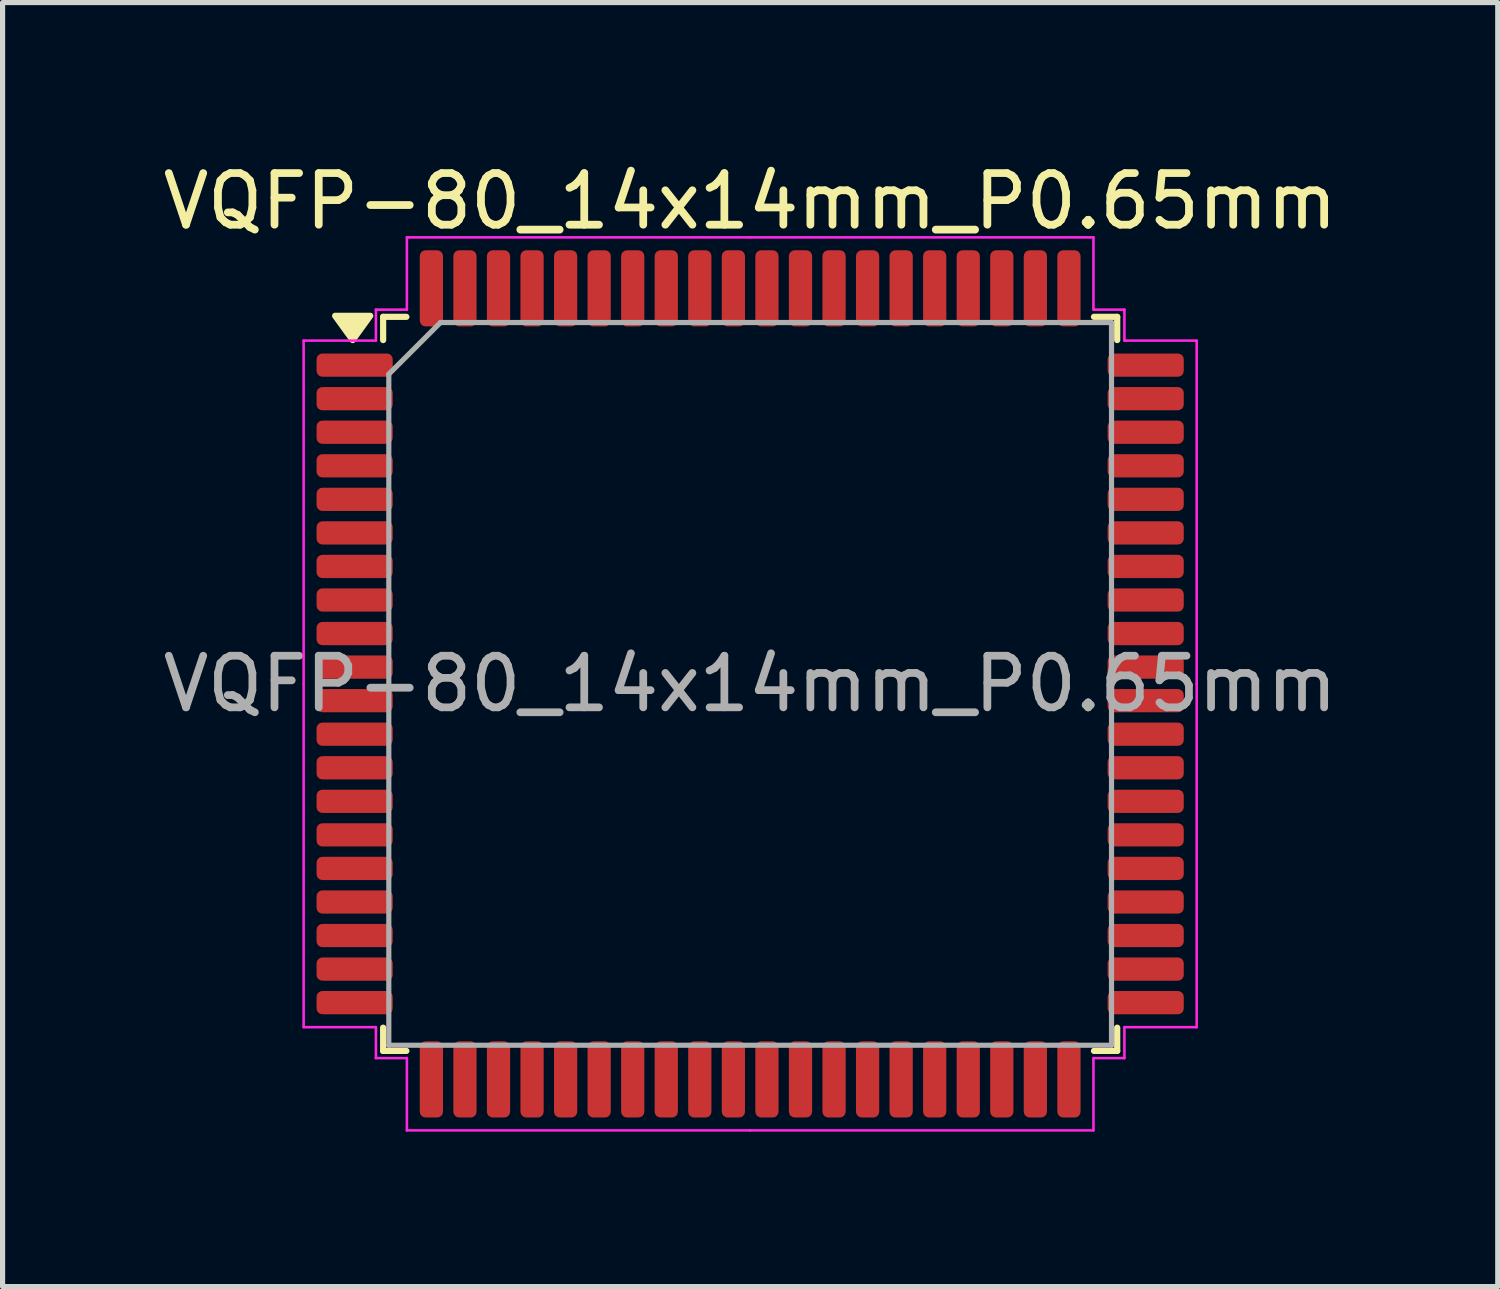
<source format=kicad_pcb>
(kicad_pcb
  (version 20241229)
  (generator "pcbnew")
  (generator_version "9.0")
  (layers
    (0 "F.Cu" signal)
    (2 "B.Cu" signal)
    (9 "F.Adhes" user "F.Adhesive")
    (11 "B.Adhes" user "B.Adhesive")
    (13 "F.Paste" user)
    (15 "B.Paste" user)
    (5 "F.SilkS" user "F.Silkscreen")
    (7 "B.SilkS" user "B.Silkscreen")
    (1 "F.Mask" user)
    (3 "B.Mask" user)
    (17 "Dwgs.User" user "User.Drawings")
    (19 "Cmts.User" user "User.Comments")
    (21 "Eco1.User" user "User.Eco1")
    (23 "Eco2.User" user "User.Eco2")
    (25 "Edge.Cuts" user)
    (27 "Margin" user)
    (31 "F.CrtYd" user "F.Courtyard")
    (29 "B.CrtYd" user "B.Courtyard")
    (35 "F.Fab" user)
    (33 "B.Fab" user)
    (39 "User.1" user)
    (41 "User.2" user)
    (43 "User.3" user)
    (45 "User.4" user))
  (footprint "VQFP-80_14x14mm_P0.65mm"
    (layer "F.Cu")
    (at 11.482 10.198)
    (property "Reference" "VQFP-80_14x14mm_P0.65mm" (at 0 -9.35 0) (layer "F.SilkS") (effects (font (size 1 1) (thickness 0.15))))
    (attr smd)
    (fp_line (start -7.11 -7.11) (end -7.11 -6.66) (stroke (width 0.12) (type solid)) (layer "F.SilkS"))
    (fp_line (start -7.11 7.11) (end -7.11 6.66) (stroke (width 0.12) (type solid)) (layer "F.SilkS"))
    (fp_line (start -6.66 -7.11) (end -7.11 -7.11) (stroke (width 0.12) (type solid)) (layer "F.SilkS"))
    (fp_line (start -6.66 7.11) (end -7.11 7.11) (stroke (width 0.12) (type solid)) (layer "F.SilkS"))
    (fp_line (start 6.66 -7.11) (end 7.11 -7.11) (stroke (width 0.12) (type solid)) (layer "F.SilkS"))
    (fp_line (start 6.66 7.11) (end 7.11 7.11) (stroke (width 0.12) (type solid)) (layer "F.SilkS"))
    (fp_line (start 7.11 -7.11) (end 7.11 -6.66) (stroke (width 0.12) (type solid)) (layer "F.SilkS"))
    (fp_line (start 7.11 7.11) (end 7.11 6.66) (stroke (width 0.12) (type solid)) (layer "F.SilkS"))
    (fp_poly (pts (xy -7.7 -6.66) (xy -8.04 -7.13) (xy -7.36 -7.13) (xy -7.7 -6.66)) (stroke (width 0.12) (type solid)) (fill yes) (layer "F.SilkS"))
    (fp_line (start -8.65 -6.65) (end -8.65 0) (stroke (width 0.05) (type solid)) (layer "F.CrtYd"))
    (fp_line (start -8.65 6.65) (end -8.65 0) (stroke (width 0.05) (type solid)) (layer "F.CrtYd"))
    (fp_line (start -7.25 -7.25) (end -7.25 -6.65) (stroke (width 0.05) (type solid)) (layer "F.CrtYd"))
    (fp_line (start -7.25 -6.65) (end -8.65 -6.65) (stroke (width 0.05) (type solid)) (layer "F.CrtYd"))
    (fp_line (start -7.25 6.65) (end -8.65 6.65) (stroke (width 0.05) (type solid)) (layer "F.CrtYd"))
    (fp_line (start -7.25 7.25) (end -7.25 6.65) (stroke (width 0.05) (type solid)) (layer "F.CrtYd"))
    (fp_line (start -6.65 -8.65) (end -6.65 -7.25) (stroke (width 0.05) (type solid)) (layer "F.CrtYd"))
    (fp_line (start -6.65 -7.25) (end -7.25 -7.25) (stroke (width 0.05) (type solid)) (layer "F.CrtYd"))
    (fp_line (start -6.65 7.25) (end -7.25 7.25) (stroke (width 0.05) (type solid)) (layer "F.CrtYd"))
    (fp_line (start -6.65 8.65) (end -6.65 7.25) (stroke (width 0.05) (type solid)) (layer "F.CrtYd"))
    (fp_line (start 0 -8.65) (end -6.65 -8.65) (stroke (width 0.05) (type solid)) (layer "F.CrtYd"))
    (fp_line (start 0 -8.65) (end 6.65 -8.65) (stroke (width 0.05) (type solid)) (layer "F.CrtYd"))
    (fp_line (start 0 8.65) (end -6.65 8.65) (stroke (width 0.05) (type solid)) (layer "F.CrtYd"))
    (fp_line (start 0 8.65) (end 6.65 8.65) (stroke (width 0.05) (type solid)) (layer "F.CrtYd"))
    (fp_line (start 6.65 -8.65) (end 6.65 -7.25) (stroke (width 0.05) (type solid)) (layer "F.CrtYd"))
    (fp_line (start 6.65 -7.25) (end 7.25 -7.25) (stroke (width 0.05) (type solid)) (layer "F.CrtYd"))
    (fp_line (start 6.65 7.25) (end 7.25 7.25) (stroke (width 0.05) (type solid)) (layer "F.CrtYd"))
    (fp_line (start 6.65 8.65) (end 6.65 7.25) (stroke (width 0.05) (type solid)) (layer "F.CrtYd"))
    (fp_line (start 7.25 -7.25) (end 7.25 -6.65) (stroke (width 0.05) (type solid)) (layer "F.CrtYd"))
    (fp_line (start 7.25 -6.65) (end 8.65 -6.65) (stroke (width 0.05) (type solid)) (layer "F.CrtYd"))
    (fp_line (start 7.25 6.65) (end 8.65 6.65) (stroke (width 0.05) (type solid)) (layer "F.CrtYd"))
    (fp_line (start 7.25 7.25) (end 7.25 6.65) (stroke (width 0.05) (type solid)) (layer "F.CrtYd"))
    (fp_line (start 8.65 -6.65) (end 8.65 0) (stroke (width 0.05) (type solid)) (layer "F.CrtYd"))
    (fp_line (start 8.65 6.65) (end 8.65 0) (stroke (width 0.05) (type solid)) (layer "F.CrtYd"))
    (fp_line (start -7 -6) (end -6 -7) (stroke (width 0.1) (type solid)) (layer "F.Fab"))
    (fp_line (start -7 7) (end -7 -6) (stroke (width 0.1) (type solid)) (layer "F.Fab"))
    (fp_line (start -6 -7) (end 7 -7) (stroke (width 0.1) (type solid)) (layer "F.Fab"))
    (fp_line (start 7 -7) (end 7 7) (stroke (width 0.1) (type solid)) (layer "F.Fab"))
    (fp_line (start 7 7) (end -7 7) (stroke (width 0.1) (type solid)) (layer "F.Fab"))
    (fp_text user "${REFERENCE}" (at 0 0 0) (layer "F.Fab") (effects (font (size 1 1) (thickness 0.15))))
    (pad "1" smd roundrect (at -7.662 -6.175) (size 1.475 0.45) (layers "F.Cu" "F.Mask" "F.Paste") (roundrect_rratio 0.25))
    (pad "2" smd roundrect (at -7.662 -5.525) (size 1.475 0.45) (layers "F.Cu" "F.Mask" "F.Paste") (roundrect_rratio 0.25))
    (pad "3" smd roundrect (at -7.662 -4.875) (size 1.475 0.45) (layers "F.Cu" "F.Mask" "F.Paste") (roundrect_rratio 0.25))
    (pad "4" smd roundrect (at -7.662 -4.225) (size 1.475 0.45) (layers "F.Cu" "F.Mask" "F.Paste") (roundrect_rratio 0.25))
    (pad "5" smd roundrect (at -7.662 -3.575) (size 1.475 0.45) (layers "F.Cu" "F.Mask" "F.Paste") (roundrect_rratio 0.25))
    (pad "6" smd roundrect (at -7.662 -2.925) (size 1.475 0.45) (layers "F.Cu" "F.Mask" "F.Paste") (roundrect_rratio 0.25))
    (pad "7" smd roundrect (at -7.662 -2.275) (size 1.475 0.45) (layers "F.Cu" "F.Mask" "F.Paste") (roundrect_rratio 0.25))
    (pad "8" smd roundrect (at -7.662 -1.625) (size 1.475 0.45) (layers "F.Cu" "F.Mask" "F.Paste") (roundrect_rratio 0.25))
    (pad "9" smd roundrect (at -7.662 -0.975) (size 1.475 0.45) (layers "F.Cu" "F.Mask" "F.Paste") (roundrect_rratio 0.25))
    (pad "10" smd roundrect (at -7.662 -0.325) (size 1.475 0.45) (layers "F.Cu" "F.Mask" "F.Paste") (roundrect_rratio 0.25))
    (pad "11" smd roundrect (at -7.662 0.325) (size 1.475 0.45) (layers "F.Cu" "F.Mask" "F.Paste") (roundrect_rratio 0.25))
    (pad "12" smd roundrect (at -7.662 0.975) (size 1.475 0.45) (layers "F.Cu" "F.Mask" "F.Paste") (roundrect_rratio 0.25))
    (pad "13" smd roundrect (at -7.662 1.625) (size 1.475 0.45) (layers "F.Cu" "F.Mask" "F.Paste") (roundrect_rratio 0.25))
    (pad "14" smd roundrect (at -7.662 2.275) (size 1.475 0.45) (layers "F.Cu" "F.Mask" "F.Paste") (roundrect_rratio 0.25))
    (pad "15" smd roundrect (at -7.662 2.925) (size 1.475 0.45) (layers "F.Cu" "F.Mask" "F.Paste") (roundrect_rratio 0.25))
    (pad "16" smd roundrect (at -7.662 3.575) (size 1.475 0.45) (layers "F.Cu" "F.Mask" "F.Paste") (roundrect_rratio 0.25))
    (pad "17" smd roundrect (at -7.662 4.225) (size 1.475 0.45) (layers "F.Cu" "F.Mask" "F.Paste") (roundrect_rratio 0.25))
    (pad "18" smd roundrect (at -7.662 4.875) (size 1.475 0.45) (layers "F.Cu" "F.Mask" "F.Paste") (roundrect_rratio 0.25))
    (pad "19" smd roundrect (at -7.662 5.525) (size 1.475 0.45) (layers "F.Cu" "F.Mask" "F.Paste") (roundrect_rratio 0.25))
    (pad "20" smd roundrect (at -7.662 6.175) (size 1.475 0.45) (layers "F.Cu" "F.Mask" "F.Paste") (roundrect_rratio 0.25))
    (pad "21" smd roundrect (at -6.175 7.662) (size 0.45 1.475) (layers "F.Cu" "F.Mask" "F.Paste") (roundrect_rratio 0.25))
    (pad "22" smd roundrect (at -5.525 7.662) (size 0.45 1.475) (layers "F.Cu" "F.Mask" "F.Paste") (roundrect_rratio 0.25))
    (pad "23" smd roundrect (at -4.875 7.662) (size 0.45 1.475) (layers "F.Cu" "F.Mask" "F.Paste") (roundrect_rratio 0.25))
    (pad "24" smd roundrect (at -4.225 7.662) (size 0.45 1.475) (layers "F.Cu" "F.Mask" "F.Paste") (roundrect_rratio 0.25))
    (pad "25" smd roundrect (at -3.575 7.662) (size 0.45 1.475) (layers "F.Cu" "F.Mask" "F.Paste") (roundrect_rratio 0.25))
    (pad "26" smd roundrect (at -2.925 7.662) (size 0.45 1.475) (layers "F.Cu" "F.Mask" "F.Paste") (roundrect_rratio 0.25))
    (pad "27" smd roundrect (at -2.275 7.662) (size 0.45 1.475) (layers "F.Cu" "F.Mask" "F.Paste") (roundrect_rratio 0.25))
    (pad "28" smd roundrect (at -1.625 7.662) (size 0.45 1.475) (layers "F.Cu" "F.Mask" "F.Paste") (roundrect_rratio 0.25))
    (pad "29" smd roundrect (at -0.975 7.662) (size 0.45 1.475) (layers "F.Cu" "F.Mask" "F.Paste") (roundrect_rratio 0.25))
    (pad "30" smd roundrect (at -0.325 7.662) (size 0.45 1.475) (layers "F.Cu" "F.Mask" "F.Paste") (roundrect_rratio 0.25))
    (pad "31" smd roundrect (at 0.325 7.662) (size 0.45 1.475) (layers "F.Cu" "F.Mask" "F.Paste") (roundrect_rratio 0.25))
    (pad "32" smd roundrect (at 0.975 7.662) (size 0.45 1.475) (layers "F.Cu" "F.Mask" "F.Paste") (roundrect_rratio 0.25))
    (pad "33" smd roundrect (at 1.625 7.662) (size 0.45 1.475) (layers "F.Cu" "F.Mask" "F.Paste") (roundrect_rratio 0.25))
    (pad "34" smd roundrect (at 2.275 7.662) (size 0.45 1.475) (layers "F.Cu" "F.Mask" "F.Paste") (roundrect_rratio 0.25))
    (pad "35" smd roundrect (at 2.925 7.662) (size 0.45 1.475) (layers "F.Cu" "F.Mask" "F.Paste") (roundrect_rratio 0.25))
    (pad "36" smd roundrect (at 3.575 7.662) (size 0.45 1.475) (layers "F.Cu" "F.Mask" "F.Paste") (roundrect_rratio 0.25))
    (pad "37" smd roundrect (at 4.225 7.662) (size 0.45 1.475) (layers "F.Cu" "F.Mask" "F.Paste") (roundrect_rratio 0.25))
    (pad "38" smd roundrect (at 4.875 7.662) (size 0.45 1.475) (layers "F.Cu" "F.Mask" "F.Paste") (roundrect_rratio 0.25))
    (pad "39" smd roundrect (at 5.525 7.662) (size 0.45 1.475) (layers "F.Cu" "F.Mask" "F.Paste") (roundrect_rratio 0.25))
    (pad "40" smd roundrect (at 6.175 7.662) (size 0.45 1.475) (layers "F.Cu" "F.Mask" "F.Paste") (roundrect_rratio 0.25))
    (pad "41" smd roundrect (at 7.662 6.175) (size 1.475 0.45) (layers "F.Cu" "F.Mask" "F.Paste") (roundrect_rratio 0.25))
    (pad "42" smd roundrect (at 7.662 5.525) (size 1.475 0.45) (layers "F.Cu" "F.Mask" "F.Paste") (roundrect_rratio 0.25))
    (pad "43" smd roundrect (at 7.662 4.875) (size 1.475 0.45) (layers "F.Cu" "F.Mask" "F.Paste") (roundrect_rratio 0.25))
    (pad "44" smd roundrect (at 7.662 4.225) (size 1.475 0.45) (layers "F.Cu" "F.Mask" "F.Paste") (roundrect_rratio 0.25))
    (pad "45" smd roundrect (at 7.662 3.575) (size 1.475 0.45) (layers "F.Cu" "F.Mask" "F.Paste") (roundrect_rratio 0.25))
    (pad "46" smd roundrect (at 7.662 2.925) (size 1.475 0.45) (layers "F.Cu" "F.Mask" "F.Paste") (roundrect_rratio 0.25))
    (pad "47" smd roundrect (at 7.662 2.275) (size 1.475 0.45) (layers "F.Cu" "F.Mask" "F.Paste") (roundrect_rratio 0.25))
    (pad "48" smd roundrect (at 7.662 1.625) (size 1.475 0.45) (layers "F.Cu" "F.Mask" "F.Paste") (roundrect_rratio 0.25))
    (pad "49" smd roundrect (at 7.662 0.975) (size 1.475 0.45) (layers "F.Cu" "F.Mask" "F.Paste") (roundrect_rratio 0.25))
    (pad "50" smd roundrect (at 7.662 0.325) (size 1.475 0.45) (layers "F.Cu" "F.Mask" "F.Paste") (roundrect_rratio 0.25))
    (pad "51" smd roundrect (at 7.662 -0.325) (size 1.475 0.45) (layers "F.Cu" "F.Mask" "F.Paste") (roundrect_rratio 0.25))
    (pad "52" smd roundrect (at 7.662 -0.975) (size 1.475 0.45) (layers "F.Cu" "F.Mask" "F.Paste") (roundrect_rratio 0.25))
    (pad "53" smd roundrect (at 7.662 -1.625) (size 1.475 0.45) (layers "F.Cu" "F.Mask" "F.Paste") (roundrect_rratio 0.25))
    (pad "54" smd roundrect (at 7.662 -2.275) (size 1.475 0.45) (layers "F.Cu" "F.Mask" "F.Paste") (roundrect_rratio 0.25))
    (pad "55" smd roundrect (at 7.662 -2.925) (size 1.475 0.45) (layers "F.Cu" "F.Mask" "F.Paste") (roundrect_rratio 0.25))
    (pad "56" smd roundrect (at 7.662 -3.575) (size 1.475 0.45) (layers "F.Cu" "F.Mask" "F.Paste") (roundrect_rratio 0.25))
    (pad "57" smd roundrect (at 7.662 -4.225) (size 1.475 0.45) (layers "F.Cu" "F.Mask" "F.Paste") (roundrect_rratio 0.25))
    (pad "58" smd roundrect (at 7.662 -4.875) (size 1.475 0.45) (layers "F.Cu" "F.Mask" "F.Paste") (roundrect_rratio 0.25))
    (pad "59" smd roundrect (at 7.662 -5.525) (size 1.475 0.45) (layers "F.Cu" "F.Mask" "F.Paste") (roundrect_rratio 0.25))
    (pad "60" smd roundrect (at 7.662 -6.175) (size 1.475 0.45) (layers "F.Cu" "F.Mask" "F.Paste") (roundrect_rratio 0.25))
    (pad "61" smd roundrect (at 6.175 -7.662) (size 0.45 1.475) (layers "F.Cu" "F.Mask" "F.Paste") (roundrect_rratio 0.25))
    (pad "62" smd roundrect (at 5.525 -7.662) (size 0.45 1.475) (layers "F.Cu" "F.Mask" "F.Paste") (roundrect_rratio 0.25))
    (pad "63" smd roundrect (at 4.875 -7.662) (size 0.45 1.475) (layers "F.Cu" "F.Mask" "F.Paste") (roundrect_rratio 0.25))
    (pad "64" smd roundrect (at 4.225 -7.662) (size 0.45 1.475) (layers "F.Cu" "F.Mask" "F.Paste") (roundrect_rratio 0.25))
    (pad "65" smd roundrect (at 3.575 -7.662) (size 0.45 1.475) (layers "F.Cu" "F.Mask" "F.Paste") (roundrect_rratio 0.25))
    (pad "66" smd roundrect (at 2.925 -7.662) (size 0.45 1.475) (layers "F.Cu" "F.Mask" "F.Paste") (roundrect_rratio 0.25))
    (pad "67" smd roundrect (at 2.275 -7.662) (size 0.45 1.475) (layers "F.Cu" "F.Mask" "F.Paste") (roundrect_rratio 0.25))
    (pad "68" smd roundrect (at 1.625 -7.662) (size 0.45 1.475) (layers "F.Cu" "F.Mask" "F.Paste") (roundrect_rratio 0.25))
    (pad "69" smd roundrect (at 0.975 -7.662) (size 0.45 1.475) (layers "F.Cu" "F.Mask" "F.Paste") (roundrect_rratio 0.25))
    (pad "70" smd roundrect (at 0.325 -7.662) (size 0.45 1.475) (layers "F.Cu" "F.Mask" "F.Paste") (roundrect_rratio 0.25))
    (pad "71" smd roundrect (at -0.325 -7.662) (size 0.45 1.475) (layers "F.Cu" "F.Mask" "F.Paste") (roundrect_rratio 0.25))
    (pad "72" smd roundrect (at -0.975 -7.662) (size 0.45 1.475) (layers "F.Cu" "F.Mask" "F.Paste") (roundrect_rratio 0.25))
    (pad "73" smd roundrect (at -1.625 -7.662) (size 0.45 1.475) (layers "F.Cu" "F.Mask" "F.Paste") (roundrect_rratio 0.25))
    (pad "74" smd roundrect (at -2.275 -7.662) (size 0.45 1.475) (layers "F.Cu" "F.Mask" "F.Paste") (roundrect_rratio 0.25))
    (pad "75" smd roundrect (at -2.925 -7.662) (size 0.45 1.475) (layers "F.Cu" "F.Mask" "F.Paste") (roundrect_rratio 0.25))
    (pad "76" smd roundrect (at -3.575 -7.662) (size 0.45 1.475) (layers "F.Cu" "F.Mask" "F.Paste") (roundrect_rratio 0.25))
    (pad "77" smd roundrect (at -4.225 -7.662) (size 0.45 1.475) (layers "F.Cu" "F.Mask" "F.Paste") (roundrect_rratio 0.25))
    (pad "78" smd roundrect (at -4.875 -7.662) (size 0.45 1.475) (layers "F.Cu" "F.Mask" "F.Paste") (roundrect_rratio 0.25))
    (pad "79" smd roundrect (at -5.525 -7.662) (size 0.45 1.475) (layers "F.Cu" "F.Mask" "F.Paste") (roundrect_rratio 0.25))
    (pad "80" smd roundrect (at -6.175 -7.662) (size 0.45 1.475) (layers "F.Cu" "F.Mask" "F.Paste") (roundrect_rratio 0.25)))
  (gr_rect
    (start -3 -3)
    (end 25.964 21.873)
    (stroke (width 0.1) (type default))
    (fill no)
    (layer "Edge.Cuts")))
</source>
